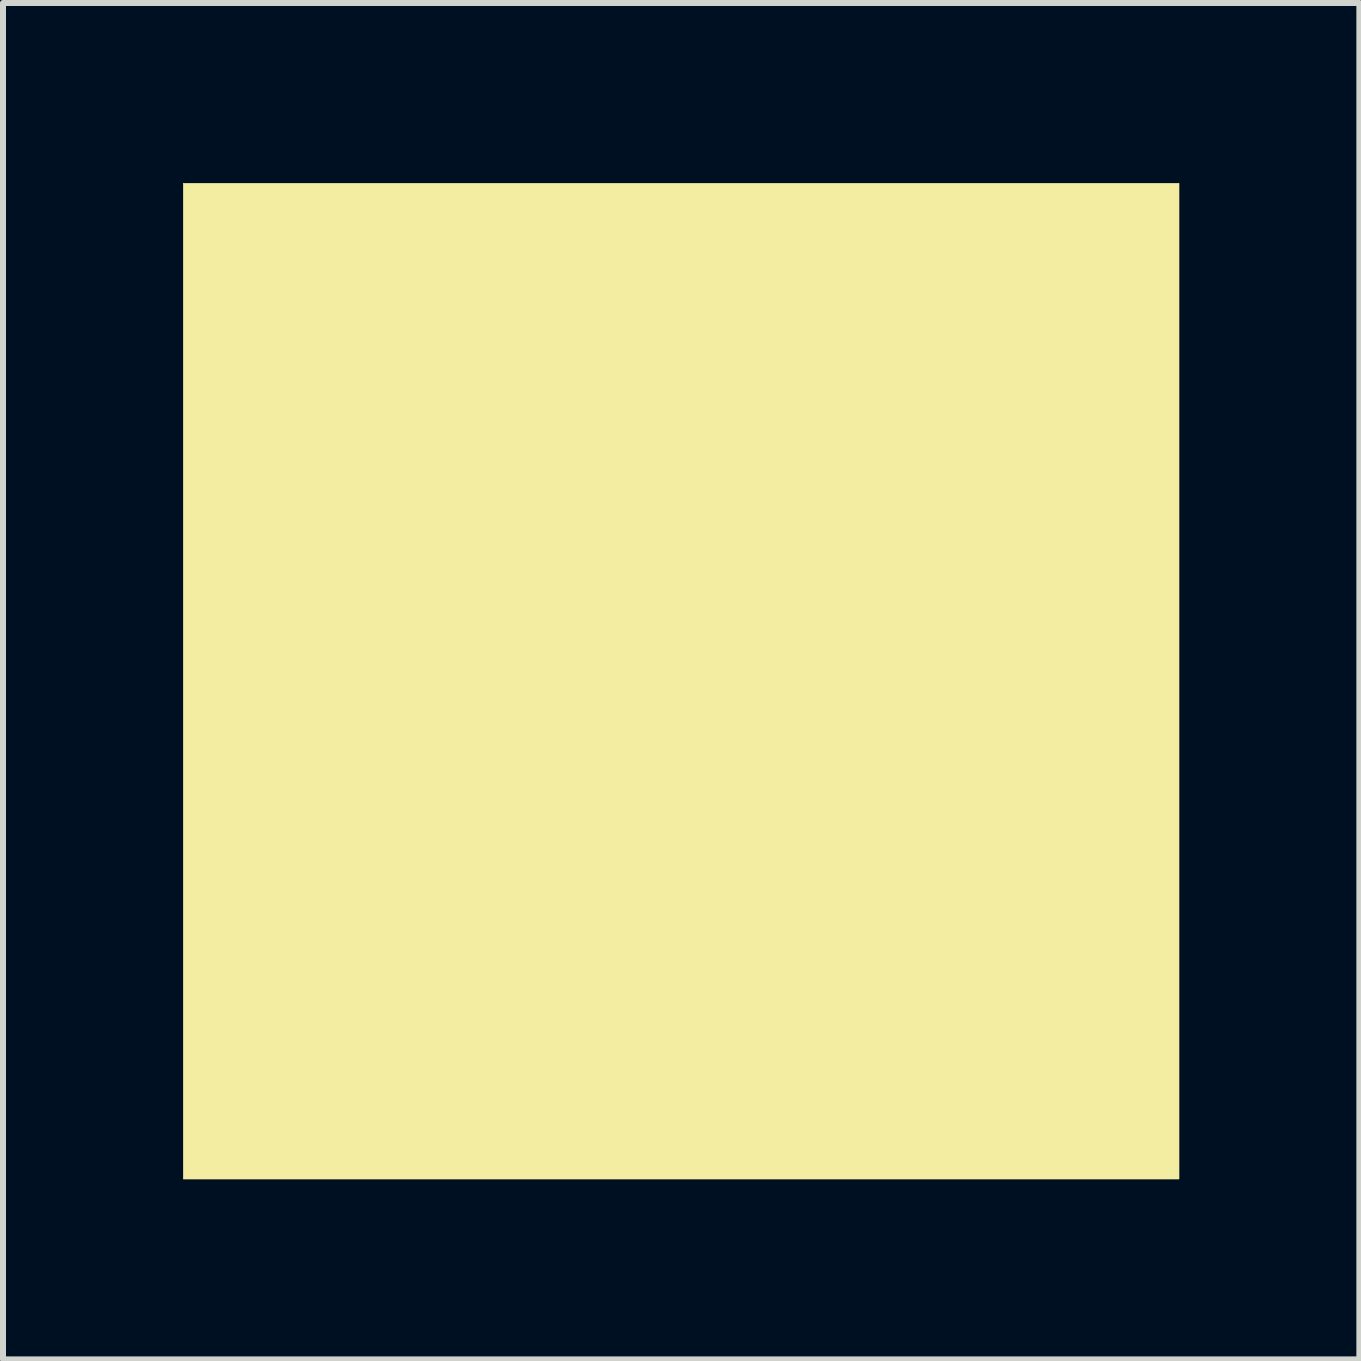
<source format=kicad_pcb>
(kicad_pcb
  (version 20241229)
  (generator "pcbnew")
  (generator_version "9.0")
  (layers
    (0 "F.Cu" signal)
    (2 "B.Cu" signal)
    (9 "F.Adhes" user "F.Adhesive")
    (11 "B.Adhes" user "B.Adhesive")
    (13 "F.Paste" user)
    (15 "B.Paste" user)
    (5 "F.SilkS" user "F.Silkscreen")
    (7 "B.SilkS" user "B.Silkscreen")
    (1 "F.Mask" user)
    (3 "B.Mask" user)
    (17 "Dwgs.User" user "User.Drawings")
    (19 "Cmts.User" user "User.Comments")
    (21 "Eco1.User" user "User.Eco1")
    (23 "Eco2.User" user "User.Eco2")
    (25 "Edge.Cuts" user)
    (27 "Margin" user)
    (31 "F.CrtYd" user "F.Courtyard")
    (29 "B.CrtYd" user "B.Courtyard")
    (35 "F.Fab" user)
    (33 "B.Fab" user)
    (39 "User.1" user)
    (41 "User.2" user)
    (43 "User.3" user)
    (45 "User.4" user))
  (footprint "logo7"
    (layer "F.Cu")
    (at 8.302 8.302)
    (property "Reference" "logo7" (at 0 0 0) (layer "F.SilkS") (effects (font (size 1.524 1.524) (thickness 0.3))))
    (attr through_hole)
    (fp_poly (pts (xy 8.297 8.297) (xy -8.297 8.297) (xy -8.297 -8.297) (xy 8.297 -8.297) (xy 8.297 8.297)) (stroke (width 0.01) (type solid)) (fill yes) (layer "F.SilkS")))
  (gr_rect
    (start -3 -3)
    (end 19.605 19.605)
    (stroke (width 0.1) (type default))
    (fill no)
    (layer "Edge.Cuts")))
</source>
